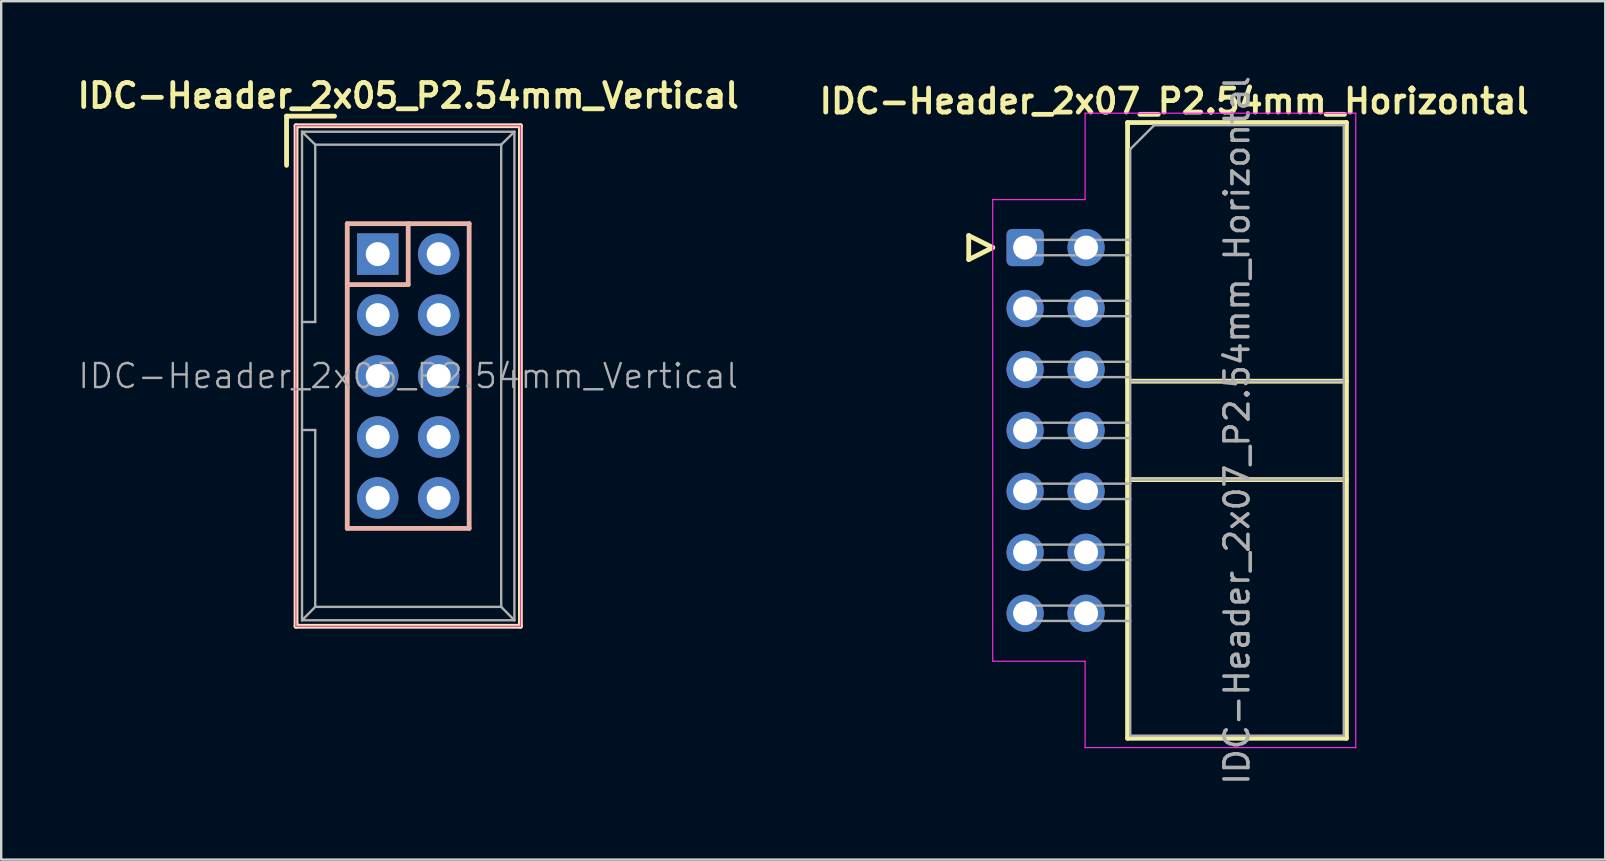
<source format=kicad_pcb>
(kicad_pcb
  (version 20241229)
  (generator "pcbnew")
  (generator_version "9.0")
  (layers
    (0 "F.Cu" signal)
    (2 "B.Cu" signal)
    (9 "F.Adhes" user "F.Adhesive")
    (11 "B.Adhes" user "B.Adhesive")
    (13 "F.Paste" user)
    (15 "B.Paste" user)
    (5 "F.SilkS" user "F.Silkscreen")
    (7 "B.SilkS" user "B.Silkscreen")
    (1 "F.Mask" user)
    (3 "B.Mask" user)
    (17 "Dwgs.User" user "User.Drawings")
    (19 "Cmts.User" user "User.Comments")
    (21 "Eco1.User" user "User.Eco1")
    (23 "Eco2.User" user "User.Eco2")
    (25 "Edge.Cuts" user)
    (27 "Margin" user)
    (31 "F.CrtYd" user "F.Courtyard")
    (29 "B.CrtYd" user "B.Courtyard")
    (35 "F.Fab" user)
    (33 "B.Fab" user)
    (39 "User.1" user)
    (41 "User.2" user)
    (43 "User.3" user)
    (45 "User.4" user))
  (footprint "IDC-Header_2x07_P2.54mm_Horizontal"
    (layer "F.Cu")
    (at 39.671 7.267)
    (property "Reference" "IDC-Header_2x07_P2.54mm_Horizontal" (at 6.215 -6.1 0) (layer "F.SilkS") (effects (font (size 1 1) (thickness 0.2) (bold yes))))
    (attr through_hole)
    (fp_line (start -2.35 -0.5) (end -2.35 0.5) (stroke (width 0.2) (type solid)) (layer "F.SilkS"))
    (fp_line (start -2.35 0.5) (end -1.35 0) (stroke (width 0.2) (type solid)) (layer "F.SilkS"))
    (fp_line (start -1.35 0) (end -2.35 -0.5) (stroke (width 0.2) (type solid)) (layer "F.SilkS"))
    (fp_line (start 4.27 -5.21) (end 13.39 -5.21) (stroke (width 0.2) (type solid)) (layer "F.SilkS"))
    (fp_line (start 4.27 5.57) (end 13.39 5.57) (stroke (width 0.2) (type solid)) (layer "F.SilkS"))
    (fp_line (start 4.27 9.67) (end 13.39 9.67) (stroke (width 0.2) (type solid)) (layer "F.SilkS"))
    (fp_line (start 4.27 20.45) (end 4.27 -5.21) (stroke (width 0.2) (type solid)) (layer "F.SilkS"))
    (fp_line (start 13.39 -5.21) (end 13.39 20.45) (stroke (width 0.2) (type solid)) (layer "F.SilkS"))
    (fp_line (start 13.39 20.45) (end 4.27 20.45) (stroke (width 0.2) (type solid)) (layer "F.SilkS"))
    (fp_line (start -1.35 -2) (end -1.35 17.24) (stroke (width 0.05) (type solid)) (layer "F.CrtYd"))
    (fp_line (start 2.5 -5.6) (end 2.5 -2) (stroke (width 0.05) (type solid)) (layer "F.CrtYd"))
    (fp_line (start 2.5 -2) (end -1.35 -2) (stroke (width 0.05) (type default)) (layer "F.CrtYd"))
    (fp_line (start 2.5 17.24) (end -1.35 17.24) (stroke (width 0.05) (type default)) (layer "F.CrtYd"))
    (fp_line (start 2.5 17.24) (end 2.5 20.84) (stroke (width 0.05) (type solid)) (layer "F.CrtYd"))
    (fp_line (start 2.5 20.84) (end 13.78 20.84) (stroke (width 0.05) (type solid)) (layer "F.CrtYd"))
    (fp_line (start 13.78 -5.6) (end 2.5 -5.6) (stroke (width 0.05) (type solid)) (layer "F.CrtYd"))
    (fp_line (start 13.78 20.84) (end 13.78 -5.6) (stroke (width 0.05) (type solid)) (layer "F.CrtYd"))
    (fp_line (start -0.32 -0.32) (end -0.32 0.32) (stroke (width 0.1) (type solid)) (layer "F.Fab"))
    (fp_line (start -0.32 0.32) (end 4.38 0.32) (stroke (width 0.1) (type solid)) (layer "F.Fab"))
    (fp_line (start -0.32 2.22) (end -0.32 2.86) (stroke (width 0.1) (type solid)) (layer "F.Fab"))
    (fp_line (start -0.32 2.86) (end 4.38 2.86) (stroke (width 0.1) (type solid)) (layer "F.Fab"))
    (fp_line (start -0.32 4.76) (end -0.32 5.4) (stroke (width 0.1) (type solid)) (layer "F.Fab"))
    (fp_line (start -0.32 5.4) (end 4.38 5.4) (stroke (width 0.1) (type solid)) (layer "F.Fab"))
    (fp_line (start -0.32 7.3) (end -0.32 7.94) (stroke (width 0.1) (type solid)) (layer "F.Fab"))
    (fp_line (start -0.32 7.94) (end 4.38 7.94) (stroke (width 0.1) (type solid)) (layer "F.Fab"))
    (fp_line (start -0.32 9.84) (end -0.32 10.48) (stroke (width 0.1) (type solid)) (layer "F.Fab"))
    (fp_line (start -0.32 10.48) (end 4.38 10.48) (stroke (width 0.1) (type solid)) (layer "F.Fab"))
    (fp_line (start -0.32 12.38) (end -0.32 13.02) (stroke (width 0.1) (type solid)) (layer "F.Fab"))
    (fp_line (start -0.32 13.02) (end 4.38 13.02) (stroke (width 0.1) (type solid)) (layer "F.Fab"))
    (fp_line (start -0.32 14.92) (end -0.32 15.56) (stroke (width 0.1) (type solid)) (layer "F.Fab"))
    (fp_line (start -0.32 15.56) (end 4.38 15.56) (stroke (width 0.1) (type solid)) (layer "F.Fab"))
    (fp_line (start 4.38 -4.1) (end 5.38 -5.1) (stroke (width 0.1) (type solid)) (layer "F.Fab"))
    (fp_line (start 4.38 -0.32) (end -0.32 -0.32) (stroke (width 0.1) (type solid)) (layer "F.Fab"))
    (fp_line (start 4.38 2.22) (end -0.32 2.22) (stroke (width 0.1) (type solid)) (layer "F.Fab"))
    (fp_line (start 4.38 4.76) (end -0.32 4.76) (stroke (width 0.1) (type solid)) (layer "F.Fab"))
    (fp_line (start 4.38 5.57) (end 13.28 5.57) (stroke (width 0.1) (type solid)) (layer "F.Fab"))
    (fp_line (start 4.38 7.3) (end -0.32 7.3) (stroke (width 0.1) (type solid)) (layer "F.Fab"))
    (fp_line (start 4.38 9.67) (end 13.28 9.67) (stroke (width 0.1) (type solid)) (layer "F.Fab"))
    (fp_line (start 4.38 9.84) (end -0.32 9.84) (stroke (width 0.1) (type solid)) (layer "F.Fab"))
    (fp_line (start 4.38 12.38) (end -0.32 12.38) (stroke (width 0.1) (type solid)) (layer "F.Fab"))
    (fp_line (start 4.38 14.92) (end -0.32 14.92) (stroke (width 0.1) (type solid)) (layer "F.Fab"))
    (fp_line (start 4.38 20.34) (end 4.38 -4.1) (stroke (width 0.1) (type solid)) (layer "F.Fab"))
    (fp_line (start 5.38 -5.1) (end 13.28 -5.1) (stroke (width 0.1) (type solid)) (layer "F.Fab"))
    (fp_line (start 13.28 -5.1) (end 13.28 20.34) (stroke (width 0.1) (type solid)) (layer "F.Fab"))
    (fp_line (start 13.28 20.34) (end 4.38 20.34) (stroke (width 0.1) (type solid)) (layer "F.Fab"))
    (fp_text user "${REFERENCE}" (at 8.83 7.62 90) (layer "F.Fab") (effects (font (size 1 1) (thickness 0.15))))
    (pad "1" thru_hole roundrect (at 0 0) (size 1.55 1.55) (drill 1) (layers "*.Cu" "*.Mask") (roundrect_rratio 0.147))
    (pad "2" thru_hole circle (at 2.54 0) (size 1.55 1.55) (drill 1) (layers "*.Cu" "*.Mask"))
    (pad "3" thru_hole circle (at 0 2.54) (size 1.55 1.55) (drill 1) (layers "*.Cu" "*.Mask"))
    (pad "4" thru_hole circle (at 2.54 2.54) (size 1.55 1.55) (drill 1) (layers "*.Cu" "*.Mask"))
    (pad "5" thru_hole circle (at 0 5.08) (size 1.55 1.55) (drill 1) (layers "*.Cu" "*.Mask"))
    (pad "6" thru_hole circle (at 2.54 5.08) (size 1.55 1.55) (drill 1) (layers "*.Cu" "*.Mask"))
    (pad "7" thru_hole circle (at 0 7.62) (size 1.55 1.55) (drill 1) (layers "*.Cu" "*.Mask"))
    (pad "8" thru_hole circle (at 2.54 7.62) (size 1.55 1.55) (drill 1) (layers "*.Cu" "*.Mask"))
    (pad "9" thru_hole circle (at 0 10.16) (size 1.55 1.55) (drill 1) (layers "*.Cu" "*.Mask"))
    (pad "10" thru_hole circle (at 2.54 10.16) (size 1.55 1.55) (drill 1) (layers "*.Cu" "*.Mask"))
    (pad "11" thru_hole circle (at 0 12.7) (size 1.55 1.55) (drill 1) (layers "*.Cu" "*.Mask"))
    (pad "12" thru_hole circle (at 2.54 12.7) (size 1.55 1.55) (drill 1) (layers "*.Cu" "*.Mask"))
    (pad "13" thru_hole circle (at 0 15.24) (size 1.55 1.55) (drill 1) (layers "*.Cu" "*.Mask"))
    (pad "14" thru_hole circle (at 2.54 15.24) (size 1.55 1.55) (drill 1) (layers "*.Cu" "*.Mask")))
  (footprint "IDC-Header_2x05_P2.54mm_Vertical"
    (layer "F.Cu")
    (at 12.692 7.54)
    (property "Reference" "IDC-Header_2x05_P2.54mm_Vertical" (at 1.27 -6.604 0) (layer "F.SilkS") (effects (font (size 1 1) (thickness 0.2))))
    (attr through_hole)
    (fp_line (start -3.8 -5.75) (end -3.8 -3.7) (stroke (width 0.2) (type solid)) (layer "F.SilkS"))
    (fp_line (start -3.8 -5.75) (end -1.8 -5.75) (stroke (width 0.2) (type solid)) (layer "F.SilkS"))
    (fp_line (start -3.405 -5.35) (end 5.945 -5.35) (stroke (width 0.2) (type solid)) (layer "F.SilkS"))
    (fp_line (start -3.405 15.51) (end -3.405 -5.35) (stroke (width 0.2) (type solid)) (layer "F.SilkS"))
    (fp_line (start 5.945 -5.35) (end 5.945 15.51) (stroke (width 0.2) (type solid)) (layer "F.SilkS"))
    (fp_line (start 5.945 15.51) (end -3.405 15.51) (stroke (width 0.2) (type solid)) (layer "F.SilkS"))
    (fp_line (start -1.27 -1.27) (end 3.81 -1.27) (stroke (width 0.2) (type solid)) (layer "B.SilkS"))
    (fp_line (start -1.27 11.43) (end -1.27 -1.27) (stroke (width 0.2) (type solid)) (layer "B.SilkS"))
    (fp_line (start 1.27 -1.27) (end 1.27 1.27) (stroke (width 0.2) (type solid)) (layer "B.SilkS"))
    (fp_line (start 1.27 1.27) (end -1.27 1.27) (stroke (width 0.2) (type solid)) (layer "B.SilkS"))
    (fp_line (start 3.81 -1.27) (end 3.81 11.43) (stroke (width 0.2) (type solid)) (layer "B.SilkS"))
    (fp_line (start 3.81 11.43) (end -1.27 11.43) (stroke (width 0.2) (type solid)) (layer "B.SilkS"))
    (fp_line (start -3.41 -5.35) (end 5.95 -5.35) (stroke (width 0.05) (type solid)) (layer "F.CrtYd"))
    (fp_line (start -3.41 15.51) (end -3.41 -5.35) (stroke (width 0.05) (type solid)) (layer "F.CrtYd"))
    (fp_line (start 5.95 -5.35) (end 5.95 15.51) (stroke (width 0.05) (type solid)) (layer "F.CrtYd"))
    (fp_line (start 5.95 15.51) (end -3.41 15.51) (stroke (width 0.05) (type solid)) (layer "F.CrtYd"))
    (fp_line (start -3.155 -5.1) (end -3.155 15.26) (stroke (width 0.1) (type solid)) (layer "F.Fab"))
    (fp_line (start -3.155 -5.1) (end -2.605 -4.56) (stroke (width 0.1) (type solid)) (layer "F.Fab"))
    (fp_line (start -3.155 15.26) (end -2.605 14.7) (stroke (width 0.1) (type solid)) (layer "F.Fab"))
    (fp_line (start -2.605 -4.56) (end -2.605 2.83) (stroke (width 0.1) (type solid)) (layer "F.Fab"))
    (fp_line (start -2.605 2.83) (end -3.155 2.83) (stroke (width 0.1) (type solid)) (layer "F.Fab"))
    (fp_line (start -2.605 7.33) (end -3.155 7.33) (stroke (width 0.1) (type solid)) (layer "F.Fab"))
    (fp_line (start -2.605 7.33) (end -2.605 14.7) (stroke (width 0.1) (type solid)) (layer "F.Fab"))
    (fp_line (start 5.145 -4.56) (end -2.605 -4.56) (stroke (width 0.1) (type solid)) (layer "F.Fab"))
    (fp_line (start 5.145 -4.56) (end 5.145 14.7) (stroke (width 0.1) (type solid)) (layer "F.Fab"))
    (fp_line (start 5.145 14.7) (end -2.605 14.7) (stroke (width 0.1) (type solid)) (layer "F.Fab"))
    (fp_line (start 5.695 -5.1) (end -3.155 -5.1) (stroke (width 0.1) (type solid)) (layer "F.Fab"))
    (fp_line (start 5.695 -5.1) (end 5.145 -4.56) (stroke (width 0.1) (type solid)) (layer "F.Fab"))
    (fp_line (start 5.695 -5.1) (end 5.695 15.26) (stroke (width 0.1) (type solid)) (layer "F.Fab"))
    (fp_line (start 5.695 15.26) (end -3.155 15.26) (stroke (width 0.1) (type solid)) (layer "F.Fab"))
    (fp_line (start 5.695 15.26) (end 5.145 14.7) (stroke (width 0.1) (type solid)) (layer "F.Fab"))
    (fp_text user "${REFERENCE}" (at 1.27 5.08 0) (layer "F.Fab") (effects (font (size 1 1) (thickness 0.1))))
    (pad "1" thru_hole rect (at 0 0) (size 1.727 1.727) (drill 1) (layers "*.Cu" "*.Mask"))
    (pad "2" thru_hole oval (at 2.54 0) (size 1.727 1.727) (drill 1) (layers "*.Cu" "*.Mask"))
    (pad "3" thru_hole oval (at 0 2.54) (size 1.727 1.727) (drill 1) (layers "*.Cu" "*.Mask"))
    (pad "4" thru_hole oval (at 2.54 2.54) (size 1.727 1.727) (drill 1) (layers "*.Cu" "*.Mask"))
    (pad "5" thru_hole oval (at 0 5.08) (size 1.727 1.727) (drill 1) (layers "*.Cu" "*.Mask"))
    (pad "6" thru_hole oval (at 2.54 5.08) (size 1.727 1.727) (drill 1) (layers "*.Cu" "*.Mask"))
    (pad "7" thru_hole oval (at 0 7.62) (size 1.727 1.727) (drill 1) (layers "*.Cu" "*.Mask"))
    (pad "8" thru_hole oval (at 2.54 7.62) (size 1.727 1.727) (drill 1) (layers "*.Cu" "*.Mask"))
    (pad "9" thru_hole oval (at 0 10.16) (size 1.727 1.727) (drill 1) (layers "*.Cu" "*.Mask"))
    (pad "10" thru_hole oval (at 2.54 10.16) (size 1.727 1.727) (drill 1) (layers "*.Cu" "*.Mask")))
  (gr_rect
    (start -3 -3)
    (end 63.848 32.774)
    (stroke (width 0.1) (type default))
    (fill no)
    (layer "Edge.Cuts")))
</source>
